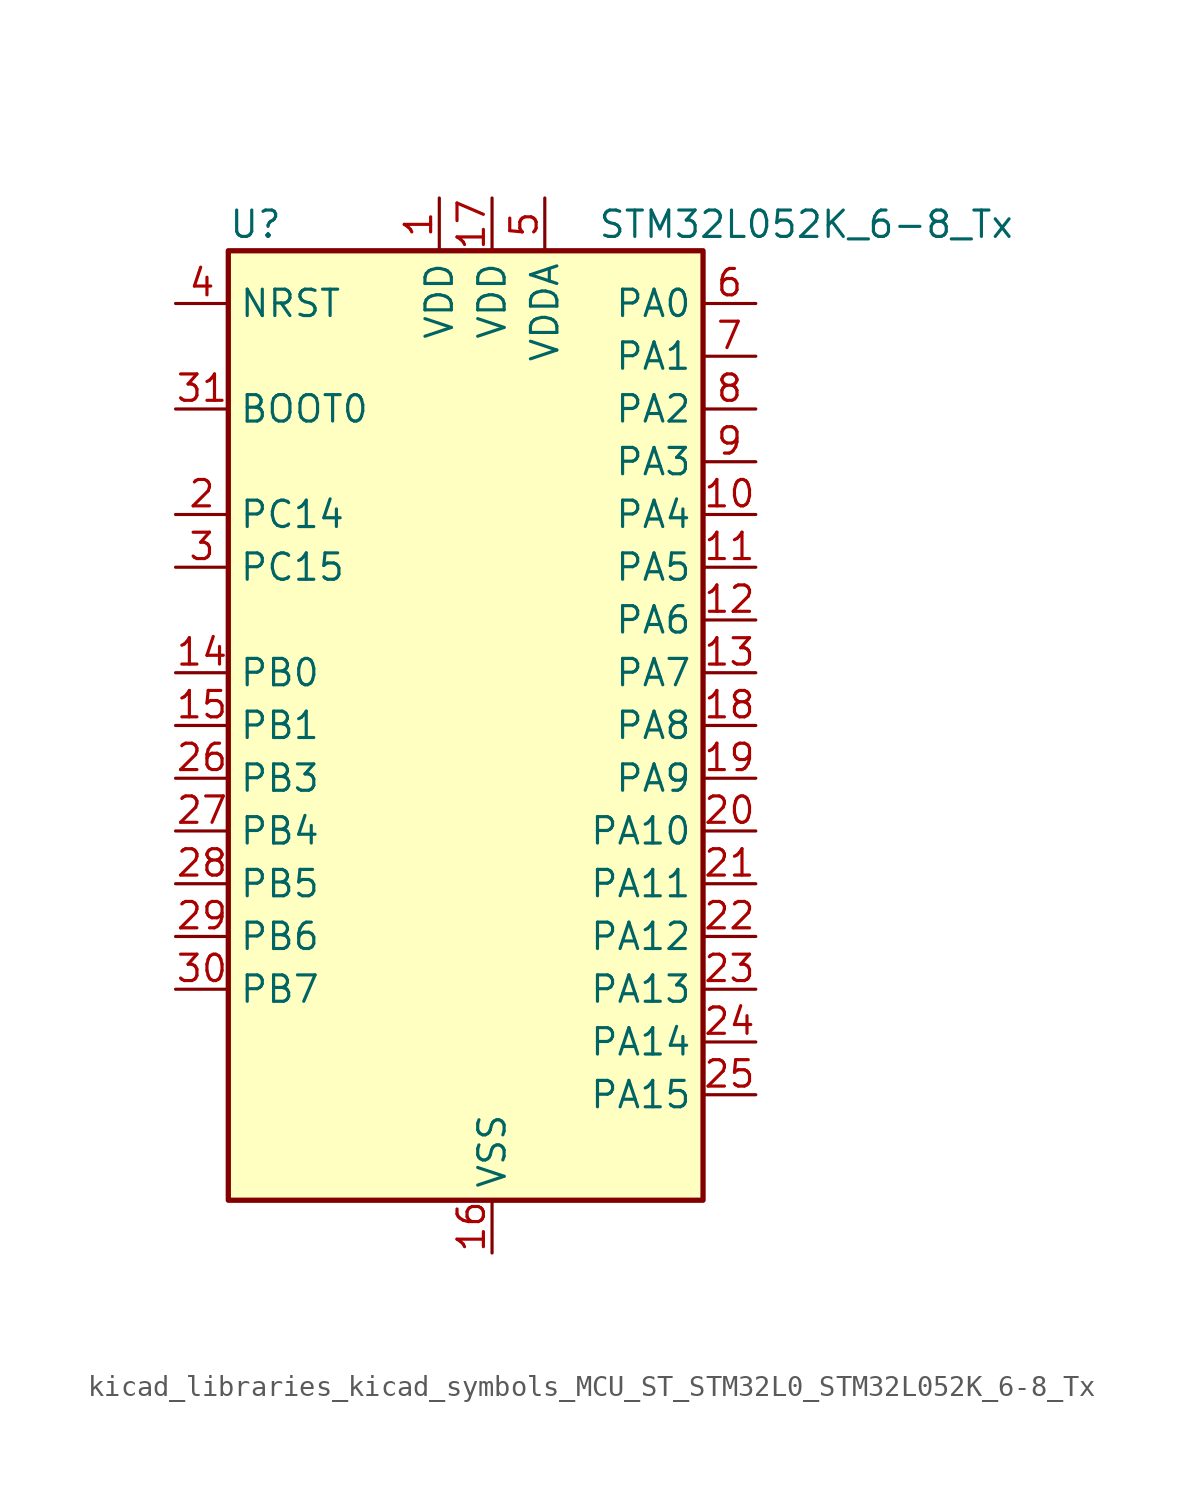
<source format=kicad_sym>
(kicad_symbol_lib
  (version 20220914)
  (generator kicad_symbol_editor)
  (symbol "kicad_libraries_kicad_symbols_MCU_ST_STM32L0_STM32L052K_6-8_Tx"
    (property "Reference" "U"
      (at -10.16 24.13 0)
      (effects (font (size 1.27 1.27)) (justify left)))
    (property "Value" "STM32L052K_6-8_Tx"
      (at 7.62 24.13 0)
      (effects (font (size 1.27 1.27)) (justify left)))
    (property "ki_locked" ""
      (at 0 0 0)
      (effects (font (size 1.27 1.27))))
    (symbol "kicad_libraries_kicad_symbols_MCU_ST_STM32L0_STM32L052K_6-8_Tx_0_1"
      (rectangle (start -10.16 -22.86) (end 12.7 22.86) (stroke (width 0.254) (type default)) (fill (type background))))
    (symbol "kicad_libraries_kicad_symbols_MCU_ST_STM32L0_STM32L052K_6-8_Tx_1_1"
      (pin power_in line (at 0 25.4 270) (length 2.54) (name "VDD" (effects (font (size 1.27 1.27)))) (number "1" (effects (font (size 1.27 1.27)))))
      (pin bidirectional line (at 15.24 10.16 180) (length 2.54) (name "PA4" (effects (font (size 1.27 1.27)))) (number "10" (effects (font (size 1.27 1.27)))) (alternate "ADC_IN4" bidirectional line) (alternate "COMP1_INM" bidirectional line) (alternate "COMP2_INM" bidirectional line) (alternate "DAC_OUT1" bidirectional line) (alternate "SPI1_NSS" bidirectional line) (alternate "TIM22_ETR" bidirectional line) (alternate "TSC_G2_IO1" bidirectional line) (alternate "USART2_CK" bidirectional line))
      (pin bidirectional line (at 15.24 7.62 180) (length 2.54) (name "PA5" (effects (font (size 1.27 1.27)))) (number "11" (effects (font (size 1.27 1.27)))) (alternate "ADC_IN5" bidirectional line) (alternate "COMP1_INM" bidirectional line) (alternate "COMP2_INM" bidirectional line) (alternate "SPI1_SCK" bidirectional line) (alternate "TIM2_CH1" bidirectional line) (alternate "TIM2_ETR" bidirectional line) (alternate "TSC_G2_IO2" bidirectional line))
      (pin bidirectional line (at 15.24 5.08 180) (length 2.54) (name "PA6" (effects (font (size 1.27 1.27)))) (number "12" (effects (font (size 1.27 1.27)))) (alternate "ADC_IN6" bidirectional line) (alternate "COMP1_OUT" bidirectional line) (alternate "SPI1_MISO" bidirectional line) (alternate "TIM22_CH1" bidirectional line) (alternate "TSC_G2_IO3" bidirectional line))
      (pin bidirectional line (at 15.24 2.54 180) (length 2.54) (name "PA7" (effects (font (size 1.27 1.27)))) (number "13" (effects (font (size 1.27 1.27)))) (alternate "ADC_IN7" bidirectional line) (alternate "COMP2_OUT" bidirectional line) (alternate "SPI1_MOSI" bidirectional line) (alternate "TIM22_CH2" bidirectional line) (alternate "TSC_G2_IO4" bidirectional line))
      (pin bidirectional line (at -12.7 2.54 0) (length 2.54) (name "PB0" (effects (font (size 1.27 1.27)))) (number "14" (effects (font (size 1.27 1.27)))) (alternate "ADC_IN8" bidirectional line) (alternate "SYS_VREF_OUT_PB0" bidirectional line) (alternate "TSC_G3_IO2" bidirectional line))
      (pin bidirectional line (at -12.7 0 0) (length 2.54) (name "PB1" (effects (font (size 1.27 1.27)))) (number "15" (effects (font (size 1.27 1.27)))) (alternate "ADC_IN9" bidirectional line) (alternate "SYS_VREF_OUT_PB1" bidirectional line) (alternate "TSC_G3_IO3" bidirectional line))
      (pin power_in line (at 2.54 -25.4 90) (length 2.54) (name "VSS" (effects (font (size 1.27 1.27)))) (number "16" (effects (font (size 1.27 1.27)))))
      (pin power_in line (at 2.54 25.4 270) (length 2.54) (name "VDD" (effects (font (size 1.27 1.27)))) (number "17" (effects (font (size 1.27 1.27)))))
      (pin bidirectional line (at 15.24 0 180) (length 2.54) (name "PA8" (effects (font (size 1.27 1.27)))) (number "18" (effects (font (size 1.27 1.27)))) (alternate "CRS_SYNC" bidirectional line) (alternate "RCC_MCO" bidirectional line) (alternate "USART1_CK" bidirectional line))
      (pin bidirectional line (at 15.24 -2.54 180) (length 2.54) (name "PA9" (effects (font (size 1.27 1.27)))) (number "19" (effects (font (size 1.27 1.27)))) (alternate "DAC_EXTI9" bidirectional line) (alternate "RCC_MCO" bidirectional line) (alternate "TSC_G4_IO1" bidirectional line) (alternate "USART1_TX" bidirectional line))
      (pin bidirectional line (at -12.7 10.16 0) (length 2.54) (name "PC14" (effects (font (size 1.27 1.27)))) (number "2" (effects (font (size 1.27 1.27)))) (alternate "RCC_OSC32_IN" bidirectional line))
      (pin bidirectional line (at 15.24 -5.08 180) (length 2.54) (name "PA10" (effects (font (size 1.27 1.27)))) (number "20" (effects (font (size 1.27 1.27)))) (alternate "TSC_G4_IO2" bidirectional line) (alternate "USART1_RX" bidirectional line))
      (pin bidirectional line (at 15.24 -7.62 180) (length 2.54) (name "PA11" (effects (font (size 1.27 1.27)))) (number "21" (effects (font (size 1.27 1.27)))) (alternate "ADC_EXTI11" bidirectional line) (alternate "COMP1_OUT" bidirectional line) (alternate "SPI1_MISO" bidirectional line) (alternate "TSC_G4_IO3" bidirectional line) (alternate "USART1_CTS" bidirectional line) (alternate "USB_DM" bidirectional line))
      (pin bidirectional line (at 15.24 -10.16 180) (length 2.54) (name "PA12" (effects (font (size 1.27 1.27)))) (number "22" (effects (font (size 1.27 1.27)))) (alternate "COMP2_OUT" bidirectional line) (alternate "SPI1_MOSI" bidirectional line) (alternate "TSC_G4_IO4" bidirectional line) (alternate "USART1_DE" bidirectional line) (alternate "USART1_RTS" bidirectional line) (alternate "USB_DP" bidirectional line))
      (pin bidirectional line (at 15.24 -12.7 180) (length 2.54) (name "PA13" (effects (font (size 1.27 1.27)))) (number "23" (effects (font (size 1.27 1.27)))) (alternate "SYS_SWDIO" bidirectional line) (alternate "USB_NOE" bidirectional line))
      (pin bidirectional line (at 15.24 -15.24 180) (length 2.54) (name "PA14" (effects (font (size 1.27 1.27)))) (number "24" (effects (font (size 1.27 1.27)))) (alternate "SYS_SWCLK" bidirectional line) (alternate "USART2_TX" bidirectional line))
      (pin bidirectional line (at 15.24 -17.78 180) (length 2.54) (name "PA15" (effects (font (size 1.27 1.27)))) (number "25" (effects (font (size 1.27 1.27)))) (alternate "SPI1_NSS" bidirectional line) (alternate "TIM2_CH1" bidirectional line) (alternate "TIM2_ETR" bidirectional line) (alternate "USART2_RX" bidirectional line))
      (pin bidirectional line (at -12.7 -2.54 0) (length 2.54) (name "PB3" (effects (font (size 1.27 1.27)))) (number "26" (effects (font (size 1.27 1.27)))) (alternate "COMP2_INM" bidirectional line) (alternate "SPI1_SCK" bidirectional line) (alternate "TIM2_CH2" bidirectional line) (alternate "TSC_G5_IO1" bidirectional line))
      (pin bidirectional line (at -12.7 -5.08 0) (length 2.54) (name "PB4" (effects (font (size 1.27 1.27)))) (number "27" (effects (font (size 1.27 1.27)))) (alternate "COMP2_INP" bidirectional line) (alternate "SPI1_MISO" bidirectional line) (alternate "TIM22_CH1" bidirectional line) (alternate "TSC_G5_IO2" bidirectional line))
      (pin bidirectional line (at -12.7 -7.62 0) (length 2.54) (name "PB5" (effects (font (size 1.27 1.27)))) (number "28" (effects (font (size 1.27 1.27)))) (alternate "COMP2_INP" bidirectional line) (alternate "I2C1_SMBA" bidirectional line) (alternate "LPTIM1_IN1" bidirectional line) (alternate "SPI1_MOSI" bidirectional line) (alternate "TIM22_CH2" bidirectional line))
      (pin bidirectional line (at -12.7 -10.16 0) (length 2.54) (name "PB6" (effects (font (size 1.27 1.27)))) (number "29" (effects (font (size 1.27 1.27)))) (alternate "COMP2_INP" bidirectional line) (alternate "I2C1_SCL" bidirectional line) (alternate "LPTIM1_ETR" bidirectional line) (alternate "TSC_G5_IO3" bidirectional line) (alternate "USART1_TX" bidirectional line))
      (pin bidirectional line (at -12.7 7.62 0) (length 2.54) (name "PC15" (effects (font (size 1.27 1.27)))) (number "3" (effects (font (size 1.27 1.27)))) (alternate "RCC_OSC32_OUT" bidirectional line))
      (pin bidirectional line (at -12.7 -12.7 0) (length 2.54) (name "PB7" (effects (font (size 1.27 1.27)))) (number "30" (effects (font (size 1.27 1.27)))) (alternate "COMP2_INP" bidirectional line) (alternate "I2C1_SDA" bidirectional line) (alternate "LPTIM1_IN2" bidirectional line) (alternate "SYS_PVD_IN" bidirectional line) (alternate "TSC_G5_IO4" bidirectional line) (alternate "USART1_RX" bidirectional line))
      (pin input line (at -12.7 15.24 0) (length 2.54) (name "BOOT0" (effects (font (size 1.27 1.27)))) (number "31" (effects (font (size 1.27 1.27)))))
      (pin passive line (at 2.54 -25.4 90) (length 2.54) hide (name "VSS" (effects (font (size 1.27 1.27)))) (number "32" (effects (font (size 1.27 1.27)))))
      (pin input line (at -12.7 20.32 0) (length 2.54) (name "NRST" (effects (font (size 1.27 1.27)))) (number "4" (effects (font (size 1.27 1.27)))))
      (pin power_in line (at 5.08 25.4 270) (length 2.54) (name "VDDA" (effects (font (size 1.27 1.27)))) (number "5" (effects (font (size 1.27 1.27)))))
      (pin bidirectional line (at 15.24 20.32 180) (length 2.54) (name "PA0" (effects (font (size 1.27 1.27)))) (number "6" (effects (font (size 1.27 1.27)))) (alternate "ADC_IN0" bidirectional line) (alternate "COMP1_INM" bidirectional line) (alternate "COMP1_OUT" bidirectional line) (alternate "RTC_TAMP2" bidirectional line) (alternate "SYS_WKUP1" bidirectional line) (alternate "TIM2_CH1" bidirectional line) (alternate "TIM2_ETR" bidirectional line) (alternate "TSC_G1_IO1" bidirectional line) (alternate "USART2_CTS" bidirectional line))
      (pin bidirectional line (at 15.24 17.78 180) (length 2.54) (name "PA1" (effects (font (size 1.27 1.27)))) (number "7" (effects (font (size 1.27 1.27)))) (alternate "ADC_IN1" bidirectional line) (alternate "COMP1_INP" bidirectional line) (alternate "TIM21_ETR" bidirectional line) (alternate "TIM2_CH2" bidirectional line) (alternate "TSC_G1_IO2" bidirectional line) (alternate "USART2_DE" bidirectional line) (alternate "USART2_RTS" bidirectional line))
      (pin bidirectional line (at 15.24 15.24 180) (length 2.54) (name "PA2" (effects (font (size 1.27 1.27)))) (number "8" (effects (font (size 1.27 1.27)))) (alternate "ADC_IN2" bidirectional line) (alternate "COMP2_INM" bidirectional line) (alternate "COMP2_OUT" bidirectional line) (alternate "TIM21_CH1" bidirectional line) (alternate "TIM2_CH3" bidirectional line) (alternate "TSC_G1_IO3" bidirectional line) (alternate "USART2_TX" bidirectional line))
      (pin bidirectional line (at 15.24 12.7 180) (length 2.54) (name "PA3" (effects (font (size 1.27 1.27)))) (number "9" (effects (font (size 1.27 1.27)))) (alternate "ADC_IN3" bidirectional line) (alternate "COMP2_INP" bidirectional line) (alternate "TIM21_CH2" bidirectional line) (alternate "TIM2_CH4" bidirectional line) (alternate "TSC_G1_IO4" bidirectional line) (alternate "USART2_RX" bidirectional line)))))
</source>
